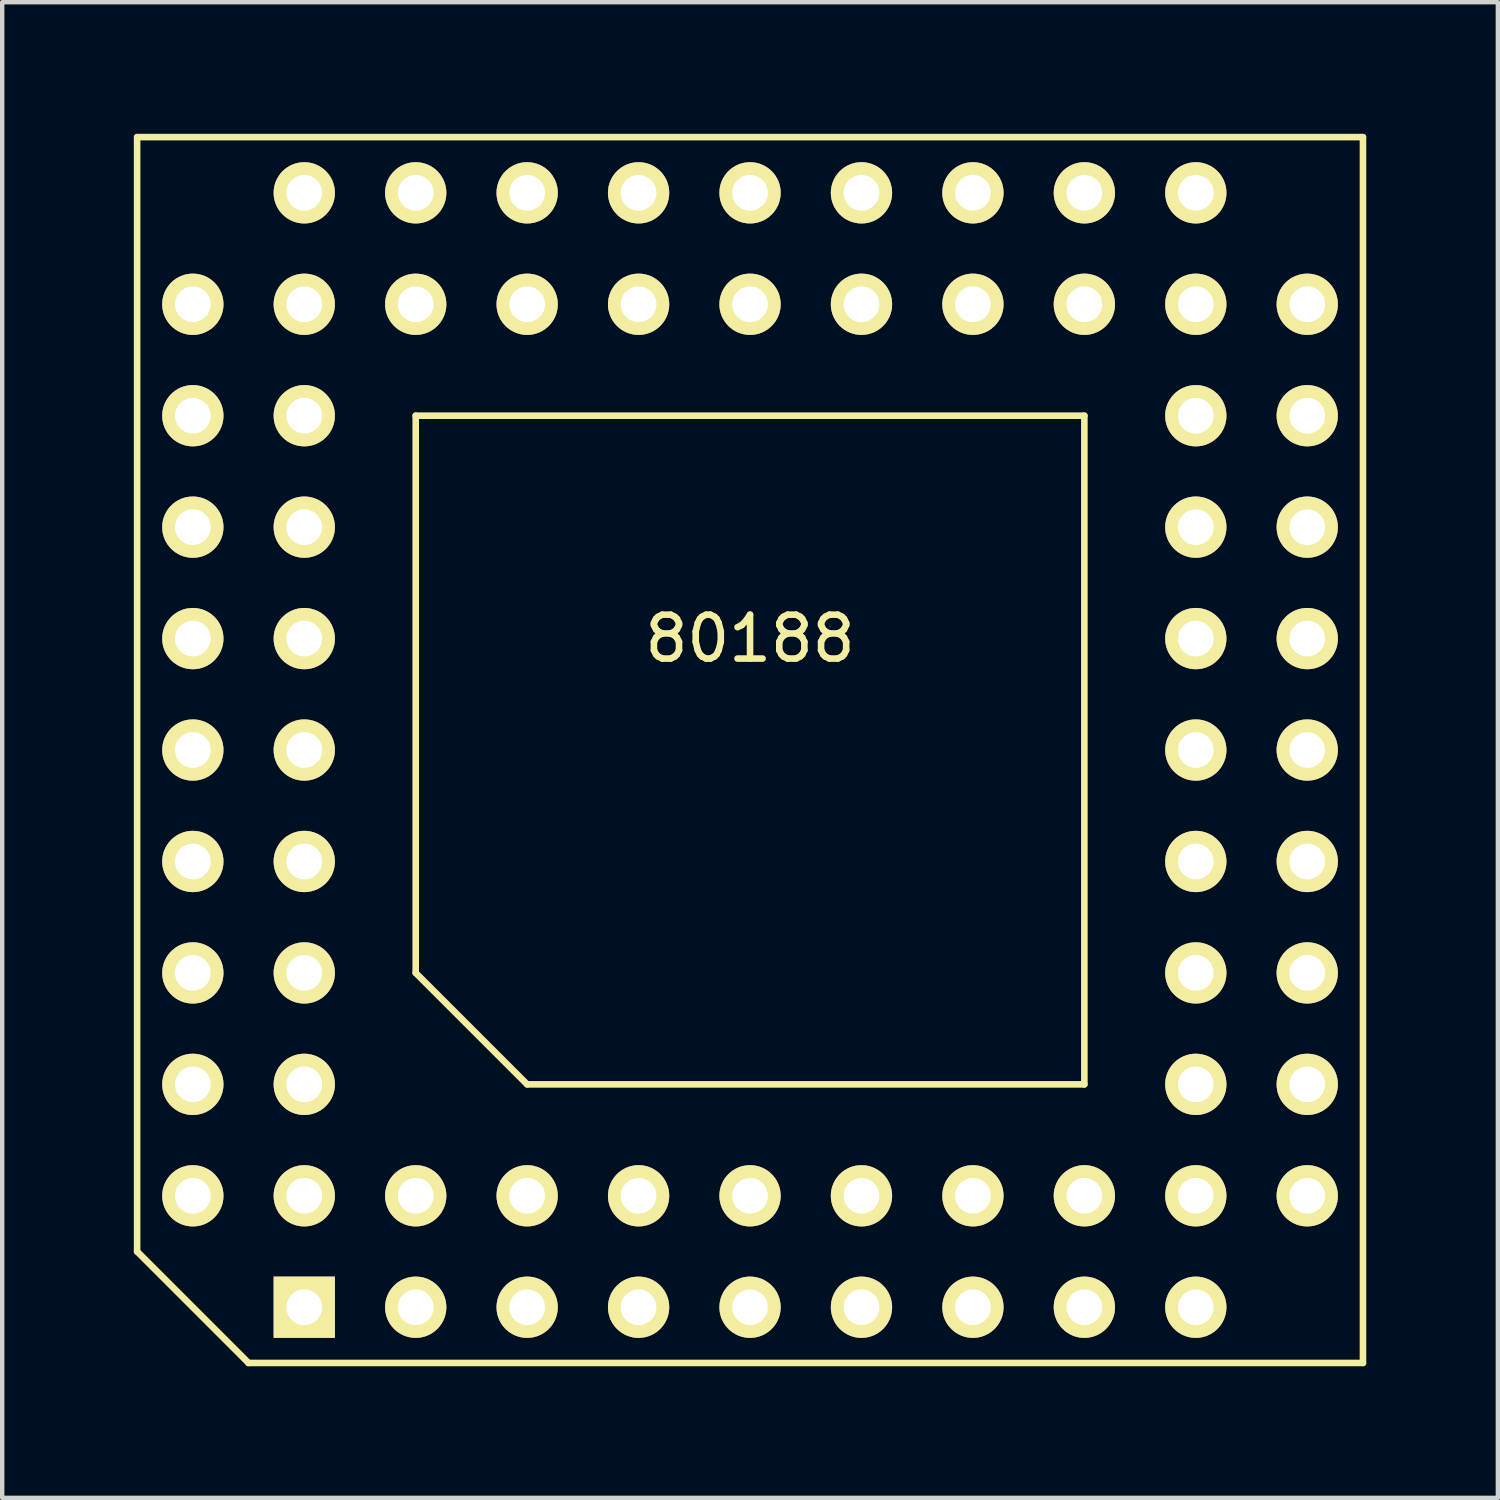
<source format=kicad_pcb>
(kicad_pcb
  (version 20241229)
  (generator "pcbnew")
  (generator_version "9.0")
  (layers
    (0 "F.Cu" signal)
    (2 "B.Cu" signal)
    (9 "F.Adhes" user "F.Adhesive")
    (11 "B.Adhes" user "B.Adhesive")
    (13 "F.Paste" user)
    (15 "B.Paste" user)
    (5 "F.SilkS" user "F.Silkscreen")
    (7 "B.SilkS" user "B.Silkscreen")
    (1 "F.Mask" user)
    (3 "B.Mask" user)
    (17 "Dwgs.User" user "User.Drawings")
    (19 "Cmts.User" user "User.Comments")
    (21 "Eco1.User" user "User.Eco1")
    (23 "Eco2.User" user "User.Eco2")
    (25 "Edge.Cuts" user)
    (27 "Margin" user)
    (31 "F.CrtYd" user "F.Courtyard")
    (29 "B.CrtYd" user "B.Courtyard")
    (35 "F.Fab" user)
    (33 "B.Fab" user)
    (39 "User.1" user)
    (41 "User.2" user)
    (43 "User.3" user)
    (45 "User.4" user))
  (footprint "80188"
    (layer "F.Cu")
    (at 14.045 14.045)
    (property "Reference" "80188" (at 0 -2.54 0) (layer "F.SilkS") (effects (font (size 1 1) (thickness 0.15))))
    (attr through_hole)
    (fp_line (start -13.97 -13.97) (end 13.97 -13.97) (stroke (width 0.15) (type solid)) (layer "F.SilkS"))
    (fp_line (start -13.97 11.43) (end -13.97 -13.97) (stroke (width 0.15) (type solid)) (layer "F.SilkS"))
    (fp_line (start -11.43 13.97) (end -13.97 11.43) (stroke (width 0.15) (type solid)) (layer "F.SilkS"))
    (fp_line (start -7.62 -7.62) (end 7.62 -7.62) (stroke (width 0.15) (type solid)) (layer "F.SilkS"))
    (fp_line (start -7.62 5.08) (end -7.62 -7.62) (stroke (width 0.15) (type solid)) (layer "F.SilkS"))
    (fp_line (start -5.08 7.62) (end -7.62 5.08) (stroke (width 0.15) (type solid)) (layer "F.SilkS"))
    (fp_line (start 7.62 -7.62) (end 7.62 7.62) (stroke (width 0.15) (type solid)) (layer "F.SilkS"))
    (fp_line (start 7.62 7.62) (end -5.08 7.62) (stroke (width 0.15) (type solid)) (layer "F.SilkS"))
    (fp_line (start 13.97 -13.97) (end 13.97 13.97) (stroke (width 0.15) (type solid)) (layer "F.SilkS"))
    (fp_line (start 13.97 13.97) (end -11.43 13.97) (stroke (width 0.15) (type solid)) (layer "F.SilkS"))
    (pad "1" thru_hole rect (at -10.16 12.7) (size 1.397 1.397) (drill 0.813) (layers "*.Cu" "*.Mask" "F.SilkS"))
    (pad "2" thru_hole circle (at -10.16 10.16) (size 1.397 1.397) (drill 0.813) (layers "*.Cu" "*.Mask" "F.SilkS"))
    (pad "3" thru_hole circle (at -7.62 12.7) (size 1.397 1.397) (drill 0.813) (layers "*.Cu" "*.Mask" "F.SilkS"))
    (pad "4" thru_hole circle (at -7.62 10.16) (size 1.397 1.397) (drill 0.813) (layers "*.Cu" "*.Mask" "F.SilkS"))
    (pad "5" thru_hole circle (at -5.08 12.7) (size 1.397 1.397) (drill 0.813) (layers "*.Cu" "*.Mask" "F.SilkS"))
    (pad "6" thru_hole circle (at -5.08 10.16) (size 1.397 1.397) (drill 0.813) (layers "*.Cu" "*.Mask" "F.SilkS"))
    (pad "7" thru_hole circle (at -2.54 12.7) (size 1.397 1.397) (drill 0.813) (layers "*.Cu" "*.Mask" "F.SilkS"))
    (pad "8" thru_hole circle (at -2.54 10.16) (size 1.397 1.397) (drill 0.813) (layers "*.Cu" "*.Mask" "F.SilkS"))
    (pad "9" thru_hole circle (at 0 12.7) (size 1.397 1.397) (drill 0.813) (layers "*.Cu" "*.Mask" "F.SilkS"))
    (pad "10" thru_hole circle (at 0 10.16) (size 1.397 1.397) (drill 0.813) (layers "*.Cu" "*.Mask" "F.SilkS"))
    (pad "11" thru_hole circle (at 2.54 12.7) (size 1.397 1.397) (drill 0.813) (layers "*.Cu" "*.Mask" "F.SilkS"))
    (pad "12" thru_hole circle (at 2.54 10.16) (size 1.397 1.397) (drill 0.813) (layers "*.Cu" "*.Mask" "F.SilkS"))
    (pad "13" thru_hole circle (at 5.08 12.7) (size 1.397 1.397) (drill 0.813) (layers "*.Cu" "*.Mask" "F.SilkS"))
    (pad "14" thru_hole circle (at 5.08 10.16) (size 1.397 1.397) (drill 0.813) (layers "*.Cu" "*.Mask" "F.SilkS"))
    (pad "15" thru_hole circle (at 7.62 12.7) (size 1.397 1.397) (drill 0.813) (layers "*.Cu" "*.Mask" "F.SilkS"))
    (pad "16" thru_hole circle (at 7.62 10.16) (size 1.397 1.397) (drill 0.813) (layers "*.Cu" "*.Mask" "F.SilkS"))
    (pad "17" thru_hole circle (at 10.16 12.7) (size 1.397 1.397) (drill 0.813) (layers "*.Cu" "*.Mask" "F.SilkS"))
    (pad "18" thru_hole circle (at 12.7 10.16) (size 1.397 1.397) (drill 0.813) (layers "*.Cu" "*.Mask" "F.SilkS"))
    (pad "19" thru_hole circle (at 10.16 10.16) (size 1.397 1.397) (drill 0.813) (layers "*.Cu" "*.Mask" "F.SilkS"))
    (pad "20" thru_hole circle (at 12.7 7.62) (size 1.397 1.397) (drill 0.813) (layers "*.Cu" "*.Mask" "F.SilkS"))
    (pad "21" thru_hole circle (at 10.16 7.62) (size 1.397 1.397) (drill 0.813) (layers "*.Cu" "*.Mask" "F.SilkS"))
    (pad "22" thru_hole circle (at 12.7 5.08) (size 1.397 1.397) (drill 0.813) (layers "*.Cu" "*.Mask" "F.SilkS"))
    (pad "23" thru_hole circle (at 10.16 5.08) (size 1.397 1.397) (drill 0.813) (layers "*.Cu" "*.Mask" "F.SilkS"))
    (pad "24" thru_hole circle (at 12.7 2.54) (size 1.397 1.397) (drill 0.813) (layers "*.Cu" "*.Mask" "F.SilkS"))
    (pad "25" thru_hole circle (at 10.16 2.54) (size 1.397 1.397) (drill 0.813) (layers "*.Cu" "*.Mask" "F.SilkS"))
    (pad "26" thru_hole circle (at 12.7 0) (size 1.397 1.397) (drill 0.813) (layers "*.Cu" "*.Mask" "F.SilkS"))
    (pad "27" thru_hole circle (at 10.16 0) (size 1.397 1.397) (drill 0.813) (layers "*.Cu" "*.Mask" "F.SilkS"))
    (pad "28" thru_hole circle (at 12.7 -2.54) (size 1.397 1.397) (drill 0.813) (layers "*.Cu" "*.Mask" "F.SilkS"))
    (pad "29" thru_hole circle (at 10.16 -2.54) (size 1.397 1.397) (drill 0.813) (layers "*.Cu" "*.Mask" "F.SilkS"))
    (pad "30" thru_hole circle (at 12.7 -5.08) (size 1.397 1.397) (drill 0.813) (layers "*.Cu" "*.Mask" "F.SilkS"))
    (pad "31" thru_hole circle (at 10.16 -5.08) (size 1.397 1.397) (drill 0.813) (layers "*.Cu" "*.Mask" "F.SilkS"))
    (pad "32" thru_hole circle (at 12.7 -7.62) (size 1.397 1.397) (drill 0.813) (layers "*.Cu" "*.Mask" "F.SilkS"))
    (pad "33" thru_hole circle (at 10.16 -7.62) (size 1.397 1.397) (drill 0.813) (layers "*.Cu" "*.Mask" "F.SilkS"))
    (pad "34" thru_hole circle (at 12.7 -10.16) (size 1.397 1.397) (drill 0.813) (layers "*.Cu" "*.Mask" "F.SilkS"))
    (pad "35" thru_hole circle (at 10.16 -12.7) (size 1.397 1.397) (drill 0.813) (layers "*.Cu" "*.Mask" "F.SilkS"))
    (pad "36" thru_hole circle (at 10.16 -10.16) (size 1.397 1.397) (drill 0.813) (layers "*.Cu" "*.Mask" "F.SilkS"))
    (pad "37" thru_hole circle (at 7.62 -12.7) (size 1.397 1.397) (drill 0.813) (layers "*.Cu" "*.Mask" "F.SilkS"))
    (pad "38" thru_hole circle (at 7.62 -10.16) (size 1.397 1.397) (drill 0.813) (layers "*.Cu" "*.Mask" "F.SilkS"))
    (pad "39" thru_hole circle (at 5.08 -12.7) (size 1.397 1.397) (drill 0.813) (layers "*.Cu" "*.Mask" "F.SilkS"))
    (pad "40" thru_hole circle (at 5.08 -10.16) (size 1.397 1.397) (drill 0.813) (layers "*.Cu" "*.Mask" "F.SilkS"))
    (pad "41" thru_hole circle (at 2.54 -12.7) (size 1.397 1.397) (drill 0.813) (layers "*.Cu" "*.Mask" "F.SilkS"))
    (pad "42" thru_hole circle (at 2.54 -10.16) (size 1.397 1.397) (drill 0.813) (layers "*.Cu" "*.Mask" "F.SilkS"))
    (pad "43" thru_hole circle (at 0 -12.7) (size 1.397 1.397) (drill 0.813) (layers "*.Cu" "*.Mask" "F.SilkS"))
    (pad "44" thru_hole circle (at 0 -10.16) (size 1.397 1.397) (drill 0.813) (layers "*.Cu" "*.Mask" "F.SilkS"))
    (pad "45" thru_hole circle (at -2.54 -12.7) (size 1.397 1.397) (drill 0.813) (layers "*.Cu" "*.Mask" "F.SilkS"))
    (pad "46" thru_hole circle (at -2.54 -10.16) (size 1.397 1.397) (drill 0.813) (layers "*.Cu" "*.Mask" "F.SilkS"))
    (pad "47" thru_hole circle (at -5.08 -12.7) (size 1.397 1.397) (drill 0.813) (layers "*.Cu" "*.Mask" "F.SilkS"))
    (pad "48" thru_hole circle (at -5.08 -10.16) (size 1.397 1.397) (drill 0.813) (layers "*.Cu" "*.Mask" "F.SilkS"))
    (pad "49" thru_hole circle (at -7.62 -12.7) (size 1.397 1.397) (drill 0.813) (layers "*.Cu" "*.Mask" "F.SilkS"))
    (pad "50" thru_hole circle (at -7.62 -10.16) (size 1.397 1.397) (drill 0.813) (layers "*.Cu" "*.Mask" "F.SilkS"))
    (pad "51" thru_hole circle (at -10.16 -12.7) (size 1.397 1.397) (drill 0.813) (layers "*.Cu" "*.Mask" "F.SilkS"))
    (pad "52" thru_hole circle (at -12.7 -10.16) (size 1.397 1.397) (drill 0.813) (layers "*.Cu" "*.Mask" "F.SilkS"))
    (pad "53" thru_hole circle (at -10.16 -10.16) (size 1.397 1.397) (drill 0.813) (layers "*.Cu" "*.Mask" "F.SilkS"))
    (pad "54" thru_hole circle (at -12.7 -7.62) (size 1.397 1.397) (drill 0.813) (layers "*.Cu" "*.Mask" "F.SilkS"))
    (pad "55" thru_hole circle (at -10.16 -7.62) (size 1.397 1.397) (drill 0.813) (layers "*.Cu" "*.Mask" "F.SilkS"))
    (pad "56" thru_hole circle (at -12.7 -5.08) (size 1.397 1.397) (drill 0.813) (layers "*.Cu" "*.Mask" "F.SilkS"))
    (pad "57" thru_hole circle (at -10.16 -5.08) (size 1.397 1.397) (drill 0.813) (layers "*.Cu" "*.Mask" "F.SilkS"))
    (pad "58" thru_hole circle (at -12.7 -2.54) (size 1.397 1.397) (drill 0.813) (layers "*.Cu" "*.Mask" "F.SilkS"))
    (pad "59" thru_hole circle (at -10.16 -2.54) (size 1.397 1.397) (drill 0.813) (layers "*.Cu" "*.Mask" "F.SilkS"))
    (pad "60" thru_hole circle (at -12.7 0) (size 1.397 1.397) (drill 0.813) (layers "*.Cu" "*.Mask" "F.SilkS"))
    (pad "61" thru_hole circle (at -10.16 0) (size 1.397 1.397) (drill 0.813) (layers "*.Cu" "*.Mask" "F.SilkS"))
    (pad "62" thru_hole circle (at -12.7 2.54) (size 1.397 1.397) (drill 0.813) (layers "*.Cu" "*.Mask" "F.SilkS"))
    (pad "63" thru_hole circle (at -10.16 2.54) (size 1.397 1.397) (drill 0.813) (layers "*.Cu" "*.Mask" "F.SilkS"))
    (pad "64" thru_hole circle (at -12.7 5.08) (size 1.397 1.397) (drill 0.813) (layers "*.Cu" "*.Mask" "F.SilkS"))
    (pad "65" thru_hole circle (at -10.16 5.08) (size 1.397 1.397) (drill 0.813) (layers "*.Cu" "*.Mask" "F.SilkS"))
    (pad "66" thru_hole circle (at -12.7 7.62) (size 1.397 1.397) (drill 0.813) (layers "*.Cu" "*.Mask" "F.SilkS"))
    (pad "67" thru_hole circle (at -10.16 7.62) (size 1.397 1.397) (drill 0.813) (layers "*.Cu" "*.Mask" "F.SilkS"))
    (pad "68" thru_hole circle (at -12.7 10.16) (size 1.397 1.397) (drill 0.813) (layers "*.Cu" "*.Mask" "F.SilkS")))
  (gr_rect
    (start -3 -3)
    (end 31.09 31.09)
    (stroke (width 0.1) (type default))
    (fill no)
    (layer "Edge.Cuts")))
</source>
